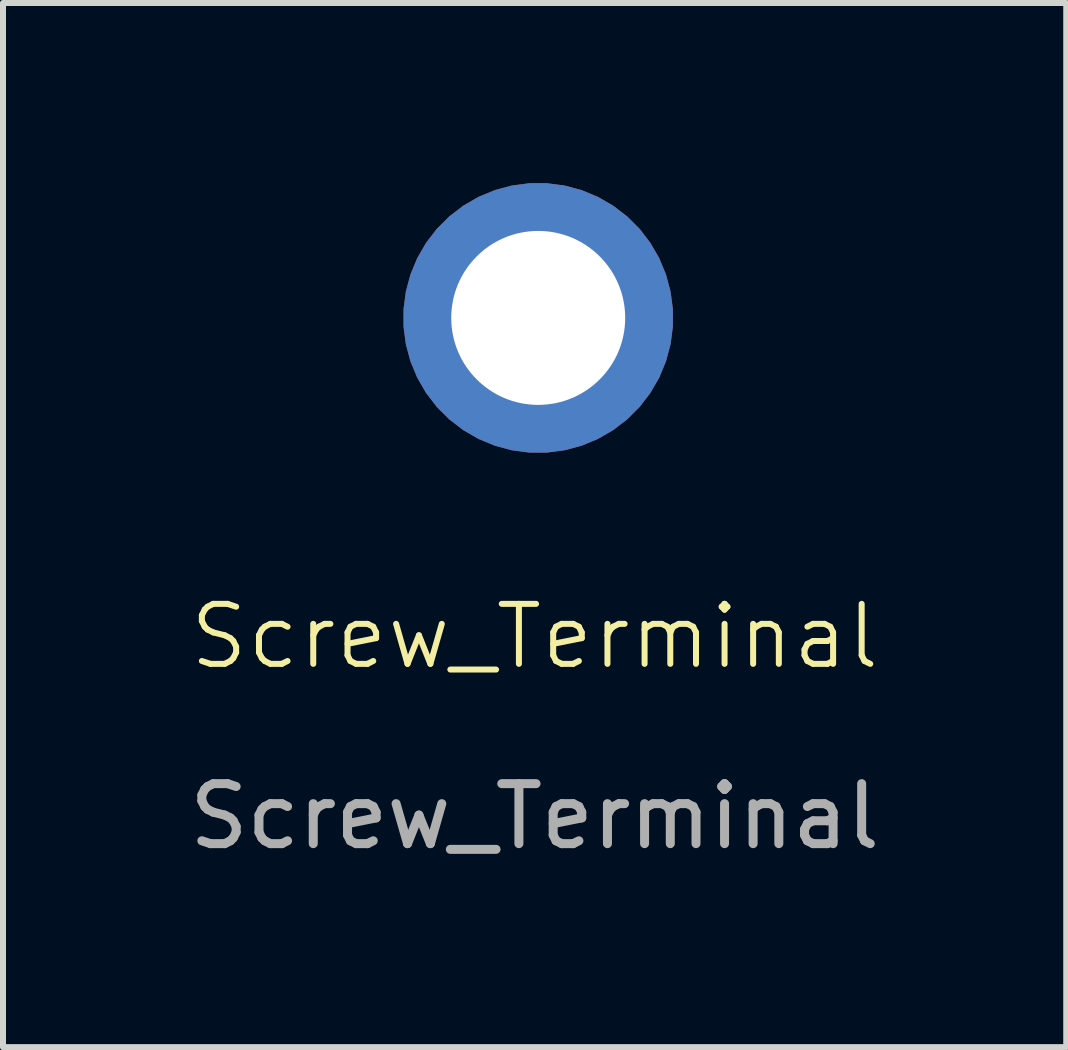
<source format=kicad_pcb>
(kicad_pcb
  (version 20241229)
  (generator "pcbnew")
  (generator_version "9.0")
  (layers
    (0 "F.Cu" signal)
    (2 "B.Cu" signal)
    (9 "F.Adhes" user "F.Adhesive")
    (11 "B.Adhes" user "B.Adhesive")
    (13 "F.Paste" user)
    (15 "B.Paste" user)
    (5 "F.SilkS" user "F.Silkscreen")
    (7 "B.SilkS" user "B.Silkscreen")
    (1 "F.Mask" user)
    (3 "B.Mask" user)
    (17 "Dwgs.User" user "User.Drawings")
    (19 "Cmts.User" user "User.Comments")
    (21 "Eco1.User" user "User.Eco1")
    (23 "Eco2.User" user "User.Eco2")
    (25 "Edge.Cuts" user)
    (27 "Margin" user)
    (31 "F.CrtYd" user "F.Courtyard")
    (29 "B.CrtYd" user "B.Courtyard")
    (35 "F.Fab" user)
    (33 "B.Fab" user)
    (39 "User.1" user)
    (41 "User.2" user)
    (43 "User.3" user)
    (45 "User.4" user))
  (footprint "Screw_Terminal"
    (layer "F.Cu")
    (at 5.863 8.06)
    (property "Reference" "Screw_Terminal" (at 0 -0.5 0) (unlocked yes) (layer "F.SilkS") (effects (font (size 1 1) (thickness 0.1))))
    (attr smd)
    (fp_text user "${REFERENCE}" (at 0 2.5 0) (unlocked yes) (layer "F.Fab") (effects (font (size 1 1) (thickness 0.15))))
    (pad "" np_thru_hole custom (at 0.06 -5.81 270) (size 4.5 4.5) (drill 2.9) (layers "*.Cu" "*.Mask") (options (anchor circle)) (primitives)))
  (gr_rect
    (start -3 -3)
    (end 14.726 14.408)
    (stroke (width 0.1) (type default))
    (fill no)
    (layer "Edge.Cuts")))
</source>
